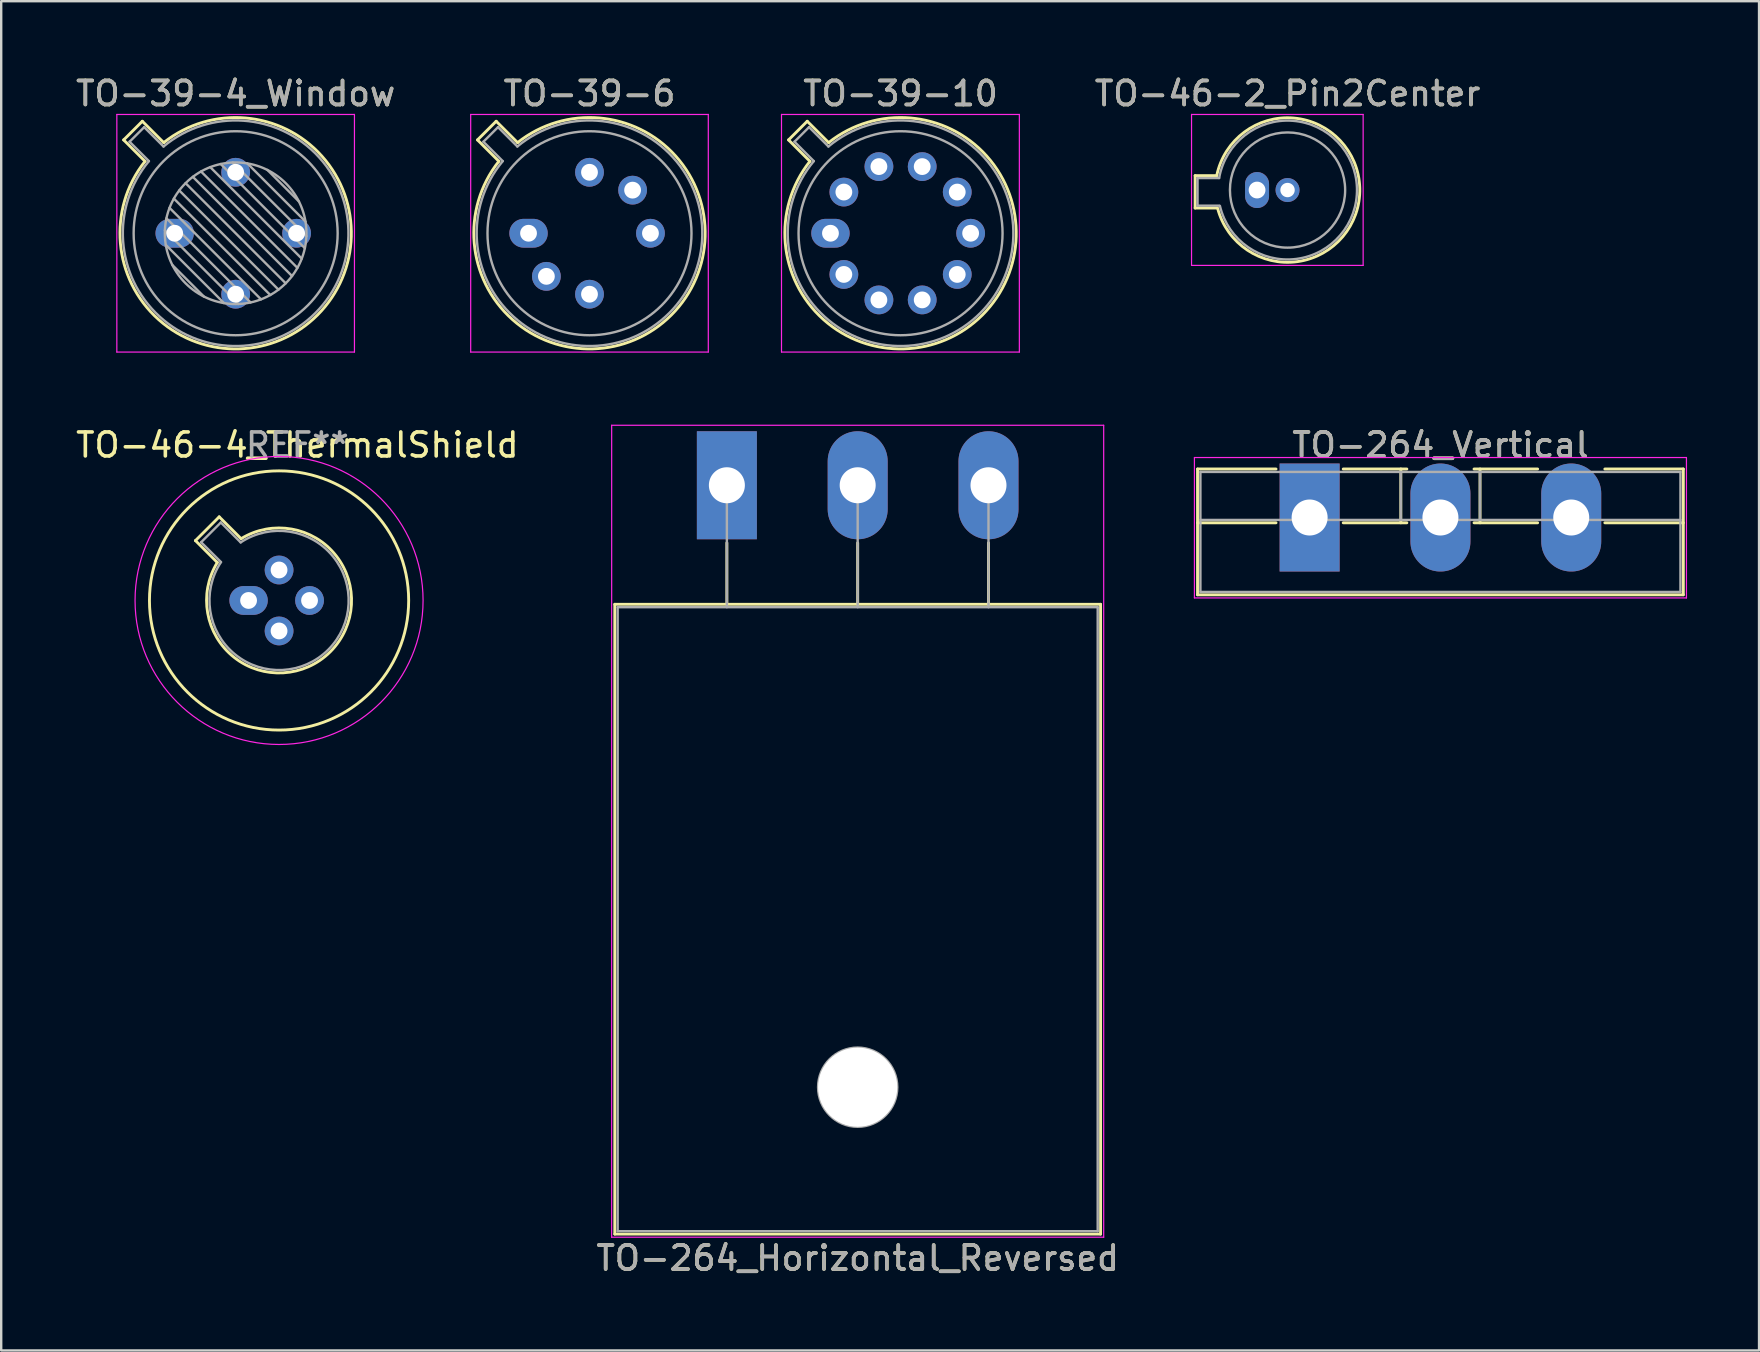
<source format=kicad_pcb>
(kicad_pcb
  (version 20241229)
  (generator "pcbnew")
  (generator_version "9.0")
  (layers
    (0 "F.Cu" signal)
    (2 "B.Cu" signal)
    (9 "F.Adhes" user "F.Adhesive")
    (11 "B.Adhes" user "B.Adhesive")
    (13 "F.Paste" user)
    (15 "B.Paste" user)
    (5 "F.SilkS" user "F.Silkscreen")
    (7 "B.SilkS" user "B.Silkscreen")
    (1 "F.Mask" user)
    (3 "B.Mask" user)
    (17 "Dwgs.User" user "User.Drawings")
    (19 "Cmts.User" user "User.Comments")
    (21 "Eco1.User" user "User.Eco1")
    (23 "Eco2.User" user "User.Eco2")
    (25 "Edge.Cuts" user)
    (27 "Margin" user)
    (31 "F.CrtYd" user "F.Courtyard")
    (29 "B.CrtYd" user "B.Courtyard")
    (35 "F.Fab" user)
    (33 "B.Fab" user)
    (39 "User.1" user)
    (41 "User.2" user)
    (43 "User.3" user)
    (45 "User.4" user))
  (footprint "TO-46-2_Pin2Center"
    (layer "F.Cu")
    (at 49.325 4.868)
    (property "Reference" "TO-46-2_Pin2Center" (at 1.27 -4.02 0) (layer "F.SilkS") (effects (font (size 1 1) (thickness 0.15))))
    (attr through_hole)
    (fp_line (start -2.58 -0.6) (end -2.58 0.75) (stroke (width 0.12) (type solid)) (layer "F.SilkS"))
    (fp_line (start -2.58 0.75) (end -1.68 0.75) (stroke (width 0.12) (type solid)) (layer "F.SilkS"))
    (fp_line (start -1.68 -0.6) (end -2.58 -0.6) (stroke (width 0.12) (type solid)) (layer "F.SilkS"))
    (fp_arc (start -1.68 -0.6) (mid 4.279362 -0.078983) (end -1.644465 0.753918) (stroke (width 0.12) (type solid)) (layer "F.SilkS"))
    (fp_line (start -2.73 -3.15) (end -2.73 3.14) (stroke (width 0.05) (type solid)) (layer "F.CrtYd"))
    (fp_line (start -2.73 -3.15) (end 4.42 -3.15) (stroke (width 0.05) (type solid)) (layer "F.CrtYd"))
    (fp_line (start 4.42 3.14) (end -2.73 3.14) (stroke (width 0.05) (type solid)) (layer "F.CrtYd"))
    (fp_line (start 4.42 3.14) (end 4.42 -3.15) (stroke (width 0.05) (type solid)) (layer "F.CrtYd"))
    (fp_line (start -2.48 -0.5) (end -2.48 0.65) (stroke (width 0.1) (type solid)) (layer "F.Fab"))
    (fp_line (start -2.48 0.65) (end -1.58 0.65) (stroke (width 0.1) (type solid)) (layer "F.Fab"))
    (fp_line (start -1.58 -0.5) (end -2.48 -0.5) (stroke (width 0.1) (type solid)) (layer "F.Fab"))
    (fp_arc (start -1.58 -0.5) (mid 4.1624 -0.08076) (end -1.54766 0.65825) (stroke (width 0.1) (type solid)) (layer "F.Fab"))
    (fp_circle (center 1.27 0) (end 3.67 0) (stroke (width 0.1) (type solid)) (fill no) (layer "F.Fab"))
    (fp_text user "${REFERENCE}" (at 1.27 -4.02 0) (layer "F.Fab") (effects (font (size 1 1) (thickness 0.15))))
    (pad "1" thru_hole oval (at 0 0 90) (size 1.5 1) (drill 0.7) (layers "*.Cu" "*.Mask"))
    (pad "2" thru_hole oval (at 1.27 0) (size 1 1) (drill 0.6) (layers "*.Cu" "*.Mask")))
  (footprint "TO-264_Horizontal_Reversed"
    (layer "F.Cu")
    (at 27.235 17.168)
    (property "Reference" "TO-264_Horizontal_Reversed" (at 5.45 32.2 0) (layer "F.SilkS") (effects (font (size 1 1) (thickness 0.15))))
    (attr through_hole)
    (fp_line (start -4.67 4.96) (end -4.67 31.2) (stroke (width 0.12) (type solid)) (layer "F.SilkS"))
    (fp_line (start -4.67 4.96) (end 15.57 4.96) (stroke (width 0.12) (type solid)) (layer "F.SilkS"))
    (fp_line (start -4.67 31.2) (end 15.57 31.2) (stroke (width 0.12) (type solid)) (layer "F.SilkS"))
    (fp_line (start 0 2.4) (end 0 4.96) (stroke (width 0.12) (type solid)) (layer "F.SilkS"))
    (fp_line (start 5.45 2.4) (end 5.45 4.96) (stroke (width 0.12) (type solid)) (layer "F.SilkS"))
    (fp_line (start 10.9 2.4) (end 10.9 4.96) (stroke (width 0.12) (type solid)) (layer "F.SilkS"))
    (fp_line (start 15.57 4.96) (end 15.57 31.2) (stroke (width 0.12) (type solid)) (layer "F.SilkS"))
    (fp_line (start -4.8 -2.5) (end -4.8 31.33) (stroke (width 0.05) (type solid)) (layer "F.CrtYd"))
    (fp_line (start -4.8 31.33) (end 15.7 31.33) (stroke (width 0.05) (type solid)) (layer "F.CrtYd"))
    (fp_line (start 15.7 -2.5) (end -4.8 -2.5) (stroke (width 0.05) (type solid)) (layer "F.CrtYd"))
    (fp_line (start 15.7 31.33) (end 15.7 -2.5) (stroke (width 0.05) (type solid)) (layer "F.CrtYd"))
    (fp_line (start -4.55 5.08) (end -4.55 31.08) (stroke (width 0.1) (type solid)) (layer "F.Fab"))
    (fp_line (start -4.55 31.08) (end 15.45 31.08) (stroke (width 0.1) (type solid)) (layer "F.Fab"))
    (fp_line (start 0 5.08) (end 0 0) (stroke (width 0.1) (type solid)) (layer "F.Fab"))
    (fp_line (start 5.45 5.08) (end 5.45 0) (stroke (width 0.1) (type solid)) (layer "F.Fab"))
    (fp_line (start 10.9 5.08) (end 10.9 0) (stroke (width 0.1) (type solid)) (layer "F.Fab"))
    (fp_line (start 15.45 5.08) (end -4.55 5.08) (stroke (width 0.1) (type solid)) (layer "F.Fab"))
    (fp_line (start 15.45 31.08) (end 15.45 5.08) (stroke (width 0.1) (type solid)) (layer "F.Fab"))
    (fp_circle (center 5.45 25.08) (end 7.1 25.08) (stroke (width 0.1) (type solid)) (fill no) (layer "F.Fab"))
    (fp_text user "${REFERENCE}" (at 5.45 32.2 0) (layer "F.Fab") (effects (font (size 1 1) (thickness 0.15))))
    (pad "" np_thru_hole oval (at 5.45 25.08) (size 3.3 3.3) (drill 3.3) (layers "*.Cu" "*.Mask"))
    (pad "1" thru_hole rect (at 0 0) (size 2.5 4.5) (drill 1.5) (layers "*.Cu" "*.Mask"))
    (pad "2" thru_hole oval (at 5.45 0) (size 2.5 4.5) (drill 1.5) (layers "*.Cu" "*.Mask"))
    (pad "3" thru_hole oval (at 10.9 0) (size 2.5 4.5) (drill 1.5) (layers "*.Cu" "*.Mask")))
  (footprint "TO-264_Vertical"
    (layer "F.Cu")
    (at 51.515 18.512)
    (property "Reference" "TO-264_Vertical" (at 5.45 -3.02 0) (layer "F.SilkS") (effects (font (size 1 1) (thickness 0.15))))
    (attr through_hole)
    (fp_line (start -4.67 -2.021) (end -4.67 3.22) (stroke (width 0.12) (type solid)) (layer "F.SilkS"))
    (fp_line (start -4.67 -2.021) (end -1.4 -2.021) (stroke (width 0.12) (type solid)) (layer "F.SilkS"))
    (fp_line (start -4.67 0.22) (end -1.4 0.22) (stroke (width 0.12) (type solid)) (layer "F.SilkS"))
    (fp_line (start -4.67 3.22) (end 15.57 3.22) (stroke (width 0.12) (type solid)) (layer "F.SilkS"))
    (fp_line (start 1.4 -2.021) (end 4.051 -2.021) (stroke (width 0.12) (type solid)) (layer "F.SilkS"))
    (fp_line (start 1.4 0.22) (end 4.051 0.22) (stroke (width 0.12) (type solid)) (layer "F.SilkS"))
    (fp_line (start 3.8 -2.021) (end 3.8 0.22) (stroke (width 0.12) (type solid)) (layer "F.SilkS"))
    (fp_line (start 6.85 -2.021) (end 9.5 -2.021) (stroke (width 0.12) (type solid)) (layer "F.SilkS"))
    (fp_line (start 6.85 0.22) (end 9.5 0.22) (stroke (width 0.12) (type solid)) (layer "F.SilkS"))
    (fp_line (start 7.1 -2.021) (end 7.1 0.22) (stroke (width 0.12) (type solid)) (layer "F.SilkS"))
    (fp_line (start 12.3 -2.021) (end 15.57 -2.021) (stroke (width 0.12) (type solid)) (layer "F.SilkS"))
    (fp_line (start 12.3 0.22) (end 15.57 0.22) (stroke (width 0.12) (type solid)) (layer "F.SilkS"))
    (fp_line (start 15.57 -2.021) (end 15.57 3.22) (stroke (width 0.12) (type solid)) (layer "F.SilkS"))
    (fp_line (start -4.8 -2.5) (end -4.8 3.35) (stroke (width 0.05) (type solid)) (layer "F.CrtYd"))
    (fp_line (start -4.8 3.35) (end 15.7 3.35) (stroke (width 0.05) (type solid)) (layer "F.CrtYd"))
    (fp_line (start 15.7 -2.5) (end -4.8 -2.5) (stroke (width 0.05) (type solid)) (layer "F.CrtYd"))
    (fp_line (start 15.7 3.35) (end 15.7 -2.5) (stroke (width 0.05) (type solid)) (layer "F.CrtYd"))
    (fp_line (start -4.55 -1.9) (end -4.55 3.1) (stroke (width 0.1) (type solid)) (layer "F.Fab"))
    (fp_line (start -4.55 0.1) (end 15.45 0.1) (stroke (width 0.1) (type solid)) (layer "F.Fab"))
    (fp_line (start -4.55 3.1) (end 15.45 3.1) (stroke (width 0.1) (type solid)) (layer "F.Fab"))
    (fp_line (start 3.8 -1.9) (end 3.8 0.1) (stroke (width 0.1) (type solid)) (layer "F.Fab"))
    (fp_line (start 7.1 -1.9) (end 7.1 0.1) (stroke (width 0.1) (type solid)) (layer "F.Fab"))
    (fp_line (start 15.45 -1.9) (end -4.55 -1.9) (stroke (width 0.1) (type solid)) (layer "F.Fab"))
    (fp_line (start 15.45 3.1) (end 15.45 -1.9) (stroke (width 0.1) (type solid)) (layer "F.Fab"))
    (fp_text user "${REFERENCE}" (at 5.45 -3.02 0) (layer "F.Fab") (effects (font (size 1 1) (thickness 0.15))))
    (pad "1" thru_hole rect (at 0 0) (size 2.5 4.5) (drill 1.5) (layers "*.Cu" "*.Mask"))
    (pad "2" thru_hole oval (at 5.45 0) (size 2.5 4.5) (drill 1.5) (layers "*.Cu" "*.Mask"))
    (pad "3" thru_hole oval (at 10.9 0) (size 2.5 4.5) (drill 1.5) (layers "*.Cu" "*.Mask")))
  (footprint "TO-39-4_Window"
    (layer "F.Cu")
    (at 4.228 6.668)
    (property "Reference" "TO-39-4_Window" (at 2.54 -5.82 0) (layer "F.SilkS") (effects (font (size 1 1) (thickness 0.15))))
    (attr through_hole)
    (fp_line (start -2.126 -3.888) (end -1.235 -2.997) (stroke (width 0.12) (type solid)) (layer "F.SilkS"))
    (fp_line (start -1.348 -4.666) (end -2.126 -3.888) (stroke (width 0.12) (type solid)) (layer "F.SilkS"))
    (fp_line (start -0.457 -3.775) (end -1.348 -4.666) (stroke (width 0.12) (type solid)) (layer "F.SilkS"))
    (fp_arc (start -0.457084 -3.774902) (mid 5.948125 3.408384) (end -1.234674 -2.997371) (stroke (width 0.12) (type solid)) (layer "F.SilkS"))
    (fp_line (start -2.41 -4.95) (end -2.41 4.95) (stroke (width 0.05) (type solid)) (layer "F.CrtYd"))
    (fp_line (start -2.41 4.95) (end 7.49 4.95) (stroke (width 0.05) (type solid)) (layer "F.CrtYd"))
    (fp_line (start 7.49 -4.95) (end -2.41 -4.95) (stroke (width 0.05) (type solid)) (layer "F.CrtYd"))
    (fp_line (start 7.49 4.95) (end 7.49 -4.95) (stroke (width 0.05) (type solid)) (layer "F.CrtYd"))
    (fp_line (start -1.88 -3.812) (end -1.074 -3.005) (stroke (width 0.1) (type solid)) (layer "F.Fab"))
    (fp_line (start -1.272 -4.42) (end -1.88 -3.812) (stroke (width 0.1) (type solid)) (layer "F.Fab"))
    (fp_line (start -0.465 -3.614) (end -1.272 -4.42) (stroke (width 0.1) (type solid)) (layer "F.Fab"))
    (fp_line (start -0.408 -0.12) (end 2.66 2.948) (stroke (width 0.1) (type solid)) (layer "F.Fab"))
    (fp_line (start -0.371 0.485) (end 2.055 2.911) (stroke (width 0.1) (type solid)) (layer "F.Fab"))
    (fp_line (start -0.344 -0.622) (end 3.162 2.884) (stroke (width 0.1) (type solid)) (layer "F.Fab"))
    (fp_line (start -0.215 -1.058) (end 3.598 2.755) (stroke (width 0.1) (type solid)) (layer "F.Fab"))
    (fp_line (start -0.097 1.324) (end 1.216 2.637) (stroke (width 0.1) (type solid)) (layer "F.Fab"))
    (fp_line (start -0.034 -1.443) (end 3.983 2.574) (stroke (width 0.1) (type solid)) (layer "F.Fab"))
    (fp_line (start 0.19 -1.784) (end 4.324 2.35) (stroke (width 0.1) (type solid)) (layer "F.Fab"))
    (fp_line (start 0.454 -2.086) (end 4.626 2.086) (stroke (width 0.1) (type solid)) (layer "F.Fab"))
    (fp_line (start 0.756 -2.35) (end 4.89 1.784) (stroke (width 0.1) (type solid)) (layer "F.Fab"))
    (fp_line (start 1.097 -2.574) (end 5.114 1.443) (stroke (width 0.1) (type solid)) (layer "F.Fab"))
    (fp_line (start 1.482 -2.755) (end 5.295 1.058) (stroke (width 0.1) (type solid)) (layer "F.Fab"))
    (fp_line (start 1.918 -2.884) (end 5.424 0.622) (stroke (width 0.1) (type solid)) (layer "F.Fab"))
    (fp_line (start 2.42 -2.948) (end 5.488 0.12) (stroke (width 0.1) (type solid)) (layer "F.Fab"))
    (fp_line (start 3.025 -2.911) (end 5.451 -0.485) (stroke (width 0.1) (type solid)) (layer "F.Fab"))
    (fp_line (start 3.864 -2.637) (end 5.177 -1.324) (stroke (width 0.1) (type solid)) (layer "F.Fab"))
    (fp_arc (start -0.465408 -3.61352) (mid 5.863443 3.323361) (end -1.073594 -3.005319) (stroke (width 0.1) (type solid)) (layer "F.Fab"))
    (fp_circle (center 2.54 0) (end 5.49 0) (stroke (width 0.1) (type solid)) (fill no) (layer "F.Fab"))
    (fp_circle (center 2.54 0) (end 6.79 0) (stroke (width 0.1) (type solid)) (fill no) (layer "F.Fab"))
    (fp_text user "${REFERENCE}" (at 2.54 -5.82 0) (layer "F.Fab") (effects (font (size 1 1) (thickness 0.15))))
    (pad "1" thru_hole oval (at 0 0) (size 1.6 1.2) (drill 0.7) (layers "*.Cu" "*.Mask"))
    (pad "2" thru_hole oval (at 2.54 2.54) (size 1.2 1.2) (drill 0.7) (layers "*.Cu" "*.Mask"))
    (pad "3" thru_hole oval (at 5.08 0) (size 1.2 1.2) (drill 0.7) (layers "*.Cu" "*.Mask"))
    (pad "4" thru_hole oval (at 2.54 -2.54) (size 1.2 1.2) (drill 0.7) (layers "*.Cu" "*.Mask")))
  (footprint "TO-39-6"
    (layer "F.Cu")
    (at 18.971 6.668)
    (property "Reference" "TO-39-6" (at 2.54 -5.82 0) (layer "F.SilkS") (effects (font (size 1 1) (thickness 0.15))))
    (attr through_hole)
    (fp_line (start -2.126 -3.888) (end -1.235 -2.997) (stroke (width 0.12) (type solid)) (layer "F.SilkS"))
    (fp_line (start -1.348 -4.666) (end -2.126 -3.888) (stroke (width 0.12) (type solid)) (layer "F.SilkS"))
    (fp_line (start -0.457 -3.775) (end -1.348 -4.666) (stroke (width 0.12) (type solid)) (layer "F.SilkS"))
    (fp_arc (start -0.457084 -3.774902) (mid 5.948125 3.408384) (end -1.234674 -2.997371) (stroke (width 0.12) (type solid)) (layer "F.SilkS"))
    (fp_line (start -2.41 -4.95) (end -2.41 4.95) (stroke (width 0.05) (type solid)) (layer "F.CrtYd"))
    (fp_line (start -2.41 4.95) (end 7.49 4.95) (stroke (width 0.05) (type solid)) (layer "F.CrtYd"))
    (fp_line (start 7.49 -4.95) (end -2.41 -4.95) (stroke (width 0.05) (type solid)) (layer "F.CrtYd"))
    (fp_line (start 7.49 4.95) (end 7.49 -4.95) (stroke (width 0.05) (type solid)) (layer "F.CrtYd"))
    (fp_line (start -1.88 -3.812) (end -1.074 -3.005) (stroke (width 0.1) (type solid)) (layer "F.Fab"))
    (fp_line (start -1.272 -4.42) (end -1.88 -3.812) (stroke (width 0.1) (type solid)) (layer "F.Fab"))
    (fp_line (start -0.465 -3.614) (end -1.272 -4.42) (stroke (width 0.1) (type solid)) (layer "F.Fab"))
    (fp_arc (start -0.465408 -3.61352) (mid 5.863443 3.323361) (end -1.073594 -3.005319) (stroke (width 0.1) (type solid)) (layer "F.Fab"))
    (fp_circle (center 2.54 0) (end 6.79 0) (stroke (width 0.1) (type solid)) (fill no) (layer "F.Fab"))
    (fp_text user "${REFERENCE}" (at 2.54 -5.82 0) (layer "F.Fab") (effects (font (size 1 1) (thickness 0.15))))
    (pad "1" thru_hole oval (at 0 0) (size 1.6 1.2) (drill 0.7) (layers "*.Cu" "*.Mask"))
    (pad "2" thru_hole oval (at 0.744 1.796) (size 1.2 1.2) (drill 0.7) (layers "*.Cu" "*.Mask"))
    (pad "3" thru_hole oval (at 2.54 2.54) (size 1.2 1.2) (drill 0.7) (layers "*.Cu" "*.Mask"))
    (pad "4" thru_hole oval (at 5.08 0) (size 1.2 1.2) (drill 0.7) (layers "*.Cu" "*.Mask"))
    (pad "5" thru_hole oval (at 4.336 -1.796) (size 1.2 1.2) (drill 0.7) (layers "*.Cu" "*.Mask"))
    (pad "6" thru_hole oval (at 2.54 -2.54) (size 1.2 1.2) (drill 0.7) (layers "*.Cu" "*.Mask")))
  (footprint "TO-46-4_ThermalShield"
    (layer "F.Cu")
    (at 7.307 21.968)
    (property "Reference" "TO-46-4_ThermalShield" (at 2.032 -6.477 0) (layer "F.SilkS") (effects (font (size 1 1) (thickness 0.15))))
    (attr through_hole)
    (fp_line (start -2.214 -2.494) (end -1.302 -1.582) (stroke (width 0.12) (type solid)) (layer "F.SilkS"))
    (fp_line (start -1.224 -3.484) (end -2.214 -2.494) (stroke (width 0.12) (type solid)) (layer "F.SilkS"))
    (fp_line (start -0.312 -2.572) (end -1.224 -3.484) (stroke (width 0.12) (type solid)) (layer "F.SilkS"))
    (fp_arc (start -0.312331 -2.572281) (mid 3.405374 2.135551) (end -1.30215 -1.582544) (stroke (width 0.12) (type solid)) (layer "F.SilkS"))
    (fp_circle (center 1.27 0) (end 6.67 0) (stroke (width 0.12) (type solid)) (fill no) (layer "F.SilkS"))
    (fp_circle (center 1.27 0) (end 7.27 0) (stroke (width 0.05) (type solid)) (fill no) (layer "F.CrtYd"))
    (fp_line (start -1.977 -2.426) (end -1.149 -1.599) (stroke (width 0.1) (type solid)) (layer "F.Fab"))
    (fp_line (start -1.156 -3.247) (end -1.977 -2.426) (stroke (width 0.1) (type solid)) (layer "F.Fab"))
    (fp_line (start -0.329 -2.419) (end -1.156 -3.247) (stroke (width 0.1) (type solid)) (layer "F.Fab"))
    (fp_arc (start -0.329057 -2.419301) (mid 3.321076 2.050143) (end -1.150029 -1.597956) (stroke (width 0.1) (type solid)) (layer "F.Fab"))
    (fp_text user "REF**" (at 2.032 -6.477 0) (layer "F.Fab") (effects (font (size 1 1) (thickness 0.15))))
    (pad "1" thru_hole oval (at 0 0) (size 1.6 1.2) (drill 0.7) (layers "*.Cu" "*.Mask"))
    (pad "2" thru_hole circle (at 1.27 1.27) (size 1.2 1.2) (drill 0.7) (layers "*.Cu" "*.Mask"))
    (pad "3" thru_hole circle (at 2.54 0) (size 1.2 1.2) (drill 0.7) (layers "*.Cu" "*.Mask"))
    (pad "4" thru_hole circle (at 1.27 -1.27) (size 1.2 1.2) (drill 0.7) (layers "*.Cu" "*.Mask")))
  (footprint "TO-39-10"
    (layer "F.Cu")
    (at 31.551 6.668)
    (property "Reference" "TO-39-10" (at 2.92 -5.82 0) (layer "F.SilkS") (effects (font (size 1 1) (thickness 0.15))))
    (attr through_hole)
    (fp_line (start -1.746 -3.888) (end -0.855 -2.997) (stroke (width 0.12) (type solid)) (layer "F.SilkS"))
    (fp_line (start -0.968 -4.666) (end -1.746 -3.888) (stroke (width 0.12) (type solid)) (layer "F.SilkS"))
    (fp_line (start -0.077 -3.775) (end -0.968 -4.666) (stroke (width 0.12) (type solid)) (layer "F.SilkS"))
    (fp_arc (start -0.077084 -3.774902) (mid 6.328125 3.408384) (end -0.854674 -2.997371) (stroke (width 0.12) (type solid)) (layer "F.SilkS"))
    (fp_line (start -2.04 -4.95) (end -2.04 4.95) (stroke (width 0.05) (type solid)) (layer "F.CrtYd"))
    (fp_line (start -2.04 4.95) (end 7.87 4.95) (stroke (width 0.05) (type solid)) (layer "F.CrtYd"))
    (fp_line (start 7.87 -4.95) (end -2.04 -4.95) (stroke (width 0.05) (type solid)) (layer "F.CrtYd"))
    (fp_line (start 7.87 4.95) (end 7.87 -4.95) (stroke (width 0.05) (type solid)) (layer "F.CrtYd"))
    (fp_line (start -1.5 -3.812) (end -0.694 -3.005) (stroke (width 0.1) (type solid)) (layer "F.Fab"))
    (fp_line (start -0.892 -4.42) (end -1.5 -3.812) (stroke (width 0.1) (type solid)) (layer "F.Fab"))
    (fp_line (start -0.085 -3.614) (end -0.892 -4.42) (stroke (width 0.1) (type solid)) (layer "F.Fab"))
    (fp_arc (start -0.085408 -3.61352) (mid 6.243443 3.323361) (end -0.693594 -3.005319) (stroke (width 0.1) (type solid)) (layer "F.Fab"))
    (fp_circle (center 2.92 0) (end 7.17 0) (stroke (width 0.1) (type solid)) (fill no) (layer "F.Fab"))
    (fp_text user "${REFERENCE}" (at 2.92 -5.82 0) (layer "F.Fab") (effects (font (size 1 1) (thickness 0.15))))
    (pad "1" thru_hole oval (at 0 0) (size 1.6 1.2) (drill 0.7) (layers "*.Cu" "*.Mask"))
    (pad "2" thru_hole oval (at 0.558 1.716) (size 1.2 1.2) (drill 0.7) (layers "*.Cu" "*.Mask"))
    (pad "3" thru_hole oval (at 2.018 2.777) (size 1.2 1.2) (drill 0.7) (layers "*.Cu" "*.Mask"))
    (pad "4" thru_hole oval (at 3.822 2.777) (size 1.2 1.2) (drill 0.7) (layers "*.Cu" "*.Mask"))
    (pad "5" thru_hole oval (at 5.282 1.716) (size 1.2 1.2) (drill 0.7) (layers "*.Cu" "*.Mask"))
    (pad "6" thru_hole oval (at 5.84 0) (size 1.2 1.2) (drill 0.7) (layers "*.Cu" "*.Mask"))
    (pad "7" thru_hole oval (at 5.282 -1.716) (size 1.2 1.2) (drill 0.7) (layers "*.Cu" "*.Mask"))
    (pad "8" thru_hole oval (at 3.822 -2.777) (size 1.2 1.2) (drill 0.7) (layers "*.Cu" "*.Mask"))
    (pad "9" thru_hole oval (at 2.018 -2.777) (size 1.2 1.2) (drill 0.7) (layers "*.Cu" "*.Mask"))
    (pad "10" thru_hole oval (at 0.558 -1.716) (size 1.2 1.2) (drill 0.7) (layers "*.Cu" "*.Mask")))
  (gr_rect
    (start -3 -3)
    (end 70.24 53.217)
    (stroke (width 0.1) (type default))
    (fill no)
    (layer "Edge.Cuts")))
</source>
